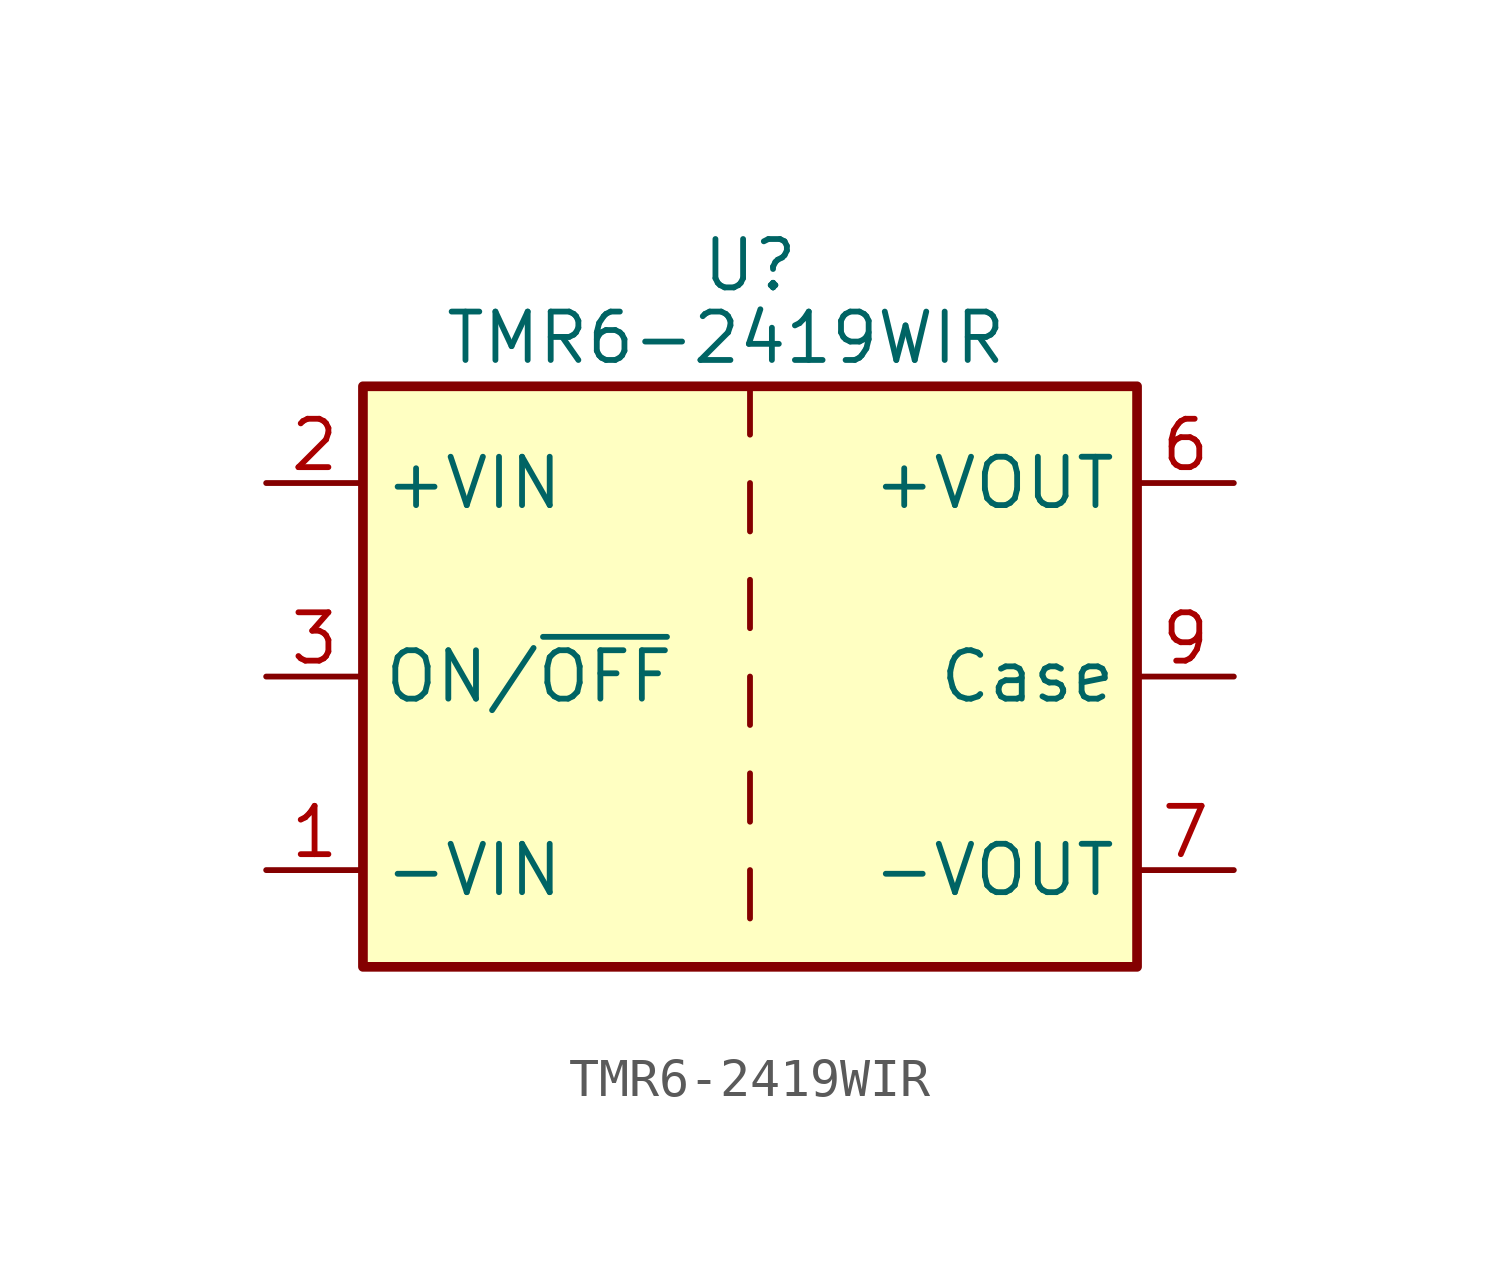
<source format=kicad_sym>
(kicad_symbol_lib
  (version 20220914)
  (generator kicad_symbol_editor)
  (symbol "TMR6-2419WIR"
    (property "Reference" "U"
      (at 0 10.795 0)
      (effects (font (size 1.27 1.27))))
    (property "Value" "TMR6-2419WIR"
      (at -0.635 8.89 0)
      (effects (font (size 1.27 1.27))))
    (symbol "TMR6-2419WIR_0_1"
      (rectangle (start -10.16 7.62) (end 10.16 -7.62) (stroke (width 0.254) (type default)) (fill (type background)))
      (polyline (pts (xy 0 -5.08) (xy 0 -6.35)) (stroke (width 0) (type default)) (fill (type none)))
      (polyline (pts (xy 0 -2.54) (xy 0 -3.81)) (stroke (width 0) (type default)) (fill (type none)))
      (polyline (pts (xy 0 0) (xy 0 -1.27)) (stroke (width 0) (type default)) (fill (type none)))
      (polyline (pts (xy 0 2.54) (xy 0 1.27)) (stroke (width 0) (type default)) (fill (type none)))
      (polyline (pts (xy 0 5.08) (xy 0 3.81)) (stroke (width 0) (type default)) (fill (type none)))
      (polyline (pts (xy 0 7.62) (xy 0 6.35)) (stroke (width 0) (type default)) (fill (type none))))
    (symbol "TMR6-2419WIR_1_1"
      (pin power_in line (at -12.7 -5.08 0) (length 2.54) (name "-VIN" (effects (font (size 1.27 1.27)))) (number "1" (effects (font (size 1.27 1.27)))))
      (pin passive line (at 12.7 0 180) (length 2.54) hide (name "Case" (effects (font (size 1.27 1.27)))) (number "10" (effects (font (size 1.27 1.27)))))
      (pin power_in line (at -12.7 5.08 0) (length 2.54) (name "+VIN" (effects (font (size 1.27 1.27)))) (number "2" (effects (font (size 1.27 1.27)))))
      (pin input line (at -12.7 0 0) (length 2.54) (name "ON/~{OFF}" (effects (font (size 1.27 1.27)))) (number "3" (effects (font (size 1.27 1.27)))))
      (pin power_out line (at 12.7 5.08 180) (length 2.54) (name "+VOUT" (effects (font (size 1.27 1.27)))) (number "6" (effects (font (size 1.27 1.27)))))
      (pin power_out line (at 12.7 -5.08 180) (length 2.54) (name "-VOUT" (effects (font (size 1.27 1.27)))) (number "7" (effects (font (size 1.27 1.27)))))
      (pin no_connect line (at 0 -7.62 90) (length 2.54) hide (name "NC" (effects (font (size 1.27 1.27)))) (number "8" (effects (font (size 1.27 1.27)))))
      (pin passive line (at 12.7 0 180) (length 2.54) (name "Case" (effects (font (size 1.27 1.27)))) (number "9" (effects (font (size 1.27 1.27))))))))
</source>
